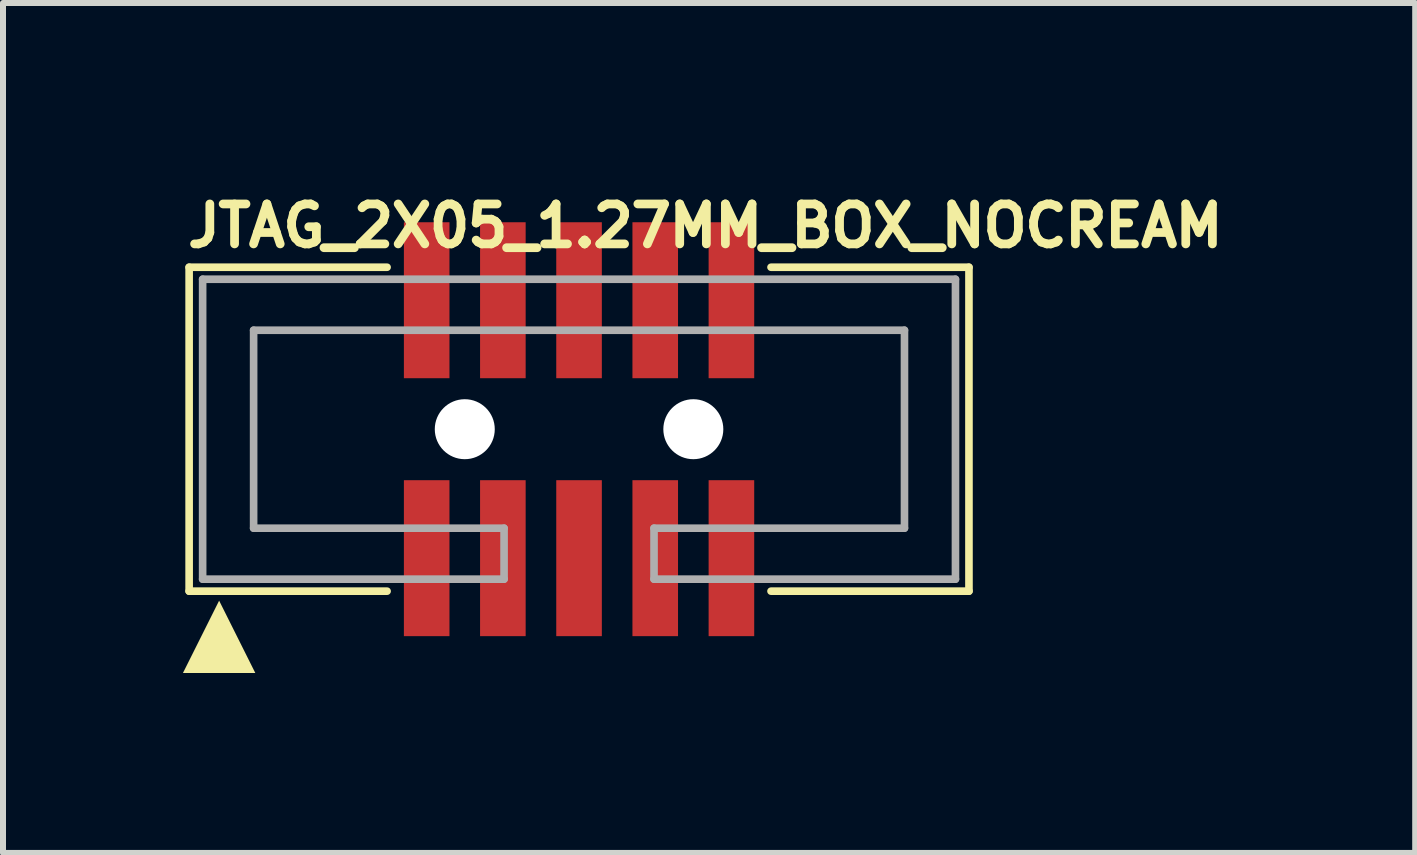
<source format=kicad_pcb>
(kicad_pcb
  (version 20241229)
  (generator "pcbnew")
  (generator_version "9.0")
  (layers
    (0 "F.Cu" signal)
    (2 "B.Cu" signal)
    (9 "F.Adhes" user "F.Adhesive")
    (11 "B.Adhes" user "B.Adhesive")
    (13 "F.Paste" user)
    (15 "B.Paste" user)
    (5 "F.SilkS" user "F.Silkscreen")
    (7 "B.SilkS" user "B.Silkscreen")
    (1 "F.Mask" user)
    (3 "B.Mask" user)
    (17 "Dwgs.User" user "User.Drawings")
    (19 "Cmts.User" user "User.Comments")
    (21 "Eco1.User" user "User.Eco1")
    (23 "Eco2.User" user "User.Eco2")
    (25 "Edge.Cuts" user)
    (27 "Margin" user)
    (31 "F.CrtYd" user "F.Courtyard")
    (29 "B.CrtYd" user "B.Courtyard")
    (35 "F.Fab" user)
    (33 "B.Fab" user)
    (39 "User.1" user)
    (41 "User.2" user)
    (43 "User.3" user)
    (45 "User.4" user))
  (footprint "JTAG_2X05_1.27MM_BOX_NOCREAM"
    (layer "F.Cu")
    (at 6.603 4.105)
    (property "Reference" "JTAG_2X05_1.27MM_BOX_NOCREAM" (at -6.6 -3 0) (layer "F.SilkS") (effects (font (size 0.666 0.666) (thickness 0.146)) (justify left bottom)))
    (fp_line (start -6.5 -2.7) (end -6.5 2.7) (stroke (width 0.127) (type solid)) (layer "F.SilkS"))
    (fp_line (start -6.5 2.7) (end -3.2 2.7) (stroke (width 0.127) (type solid)) (layer "F.SilkS"))
    (fp_line (start -3.2 -2.7) (end -6.5 -2.7) (stroke (width 0.127) (type solid)) (layer "F.SilkS"))
    (fp_line (start 3.2 -2.7) (end 6.5 -2.7) (stroke (width 0.127) (type solid)) (layer "F.SilkS"))
    (fp_line (start 6.5 -2.7) (end 6.5 2.7) (stroke (width 0.127) (type solid)) (layer "F.SilkS"))
    (fp_line (start 6.5 2.7) (end 3.2 2.7) (stroke (width 0.127) (type solid)) (layer "F.SilkS"))
    (fp_poly (pts (xy -5.397 4.064) (xy -6.603 4.064) (xy -6 2.858)) (stroke (width 0) (type solid)) (fill yes) (layer "F.SilkS"))
    (fp_line (start -6.275 -2.5) (end 6.275 -2.5) (stroke (width 0.127) (type solid)) (layer "F.Fab"))
    (fp_line (start -6.275 2.5) (end -6.275 -2.5) (stroke (width 0.127) (type solid)) (layer "F.Fab"))
    (fp_line (start -5.425 -1.65) (end 5.425 -1.65) (stroke (width 0.127) (type solid)) (layer "F.Fab"))
    (fp_line (start -5.425 1.65) (end -5.425 -1.65) (stroke (width 0.127) (type solid)) (layer "F.Fab"))
    (fp_line (start -1.25 1.65) (end -5.425 1.65) (stroke (width 0.127) (type solid)) (layer "F.Fab"))
    (fp_line (start -1.25 1.65) (end -1.25 2.5) (stroke (width 0.127) (type solid)) (layer "F.Fab"))
    (fp_line (start -1.25 2.5) (end -6.275 2.5) (stroke (width 0.127) (type solid)) (layer "F.Fab"))
    (fp_line (start 1.25 1.65) (end 1.25 2.5) (stroke (width 0.127) (type solid)) (layer "F.Fab"))
    (fp_line (start 5.425 -1.65) (end 5.425 1.65) (stroke (width 0.127) (type solid)) (layer "F.Fab"))
    (fp_line (start 5.425 1.65) (end 1.25 1.65) (stroke (width 0.127) (type solid)) (layer "F.Fab"))
    (fp_line (start 6.275 -2.5) (end 6.275 2.5) (stroke (width 0.127) (type solid)) (layer "F.Fab"))
    (fp_line (start 6.275 2.5) (end 1.25 2.5) (stroke (width 0.127) (type solid)) (layer "F.Fab"))
    (pad "" np_thru_hole circle (at -1.905 0) (size 1 1) (drill 1) (layers "*.Cu" "*.Mask"))
    (pad "" np_thru_hole circle (at 1.905 0) (size 1 1) (drill 1) (layers "*.Cu" "*.Mask"))
    (pad "1" smd rect (at -2.54 2.15) (size 0.76 2.6) (layers "F.Cu" "F.Mask"))
    (pad "2" smd rect (at -2.54 -2.15) (size 0.76 2.6) (layers "F.Cu" "F.Mask"))
    (pad "3" smd rect (at -1.27 2.15) (size 0.76 2.6) (layers "F.Cu" "F.Mask"))
    (pad "4" smd rect (at -1.27 -2.15) (size 0.76 2.6) (layers "F.Cu" "F.Mask"))
    (pad "5" smd rect (at 0 2.15) (size 0.76 2.6) (layers "F.Cu" "F.Mask"))
    (pad "6" smd rect (at 0 -2.15) (size 0.76 2.6) (layers "F.Cu" "F.Mask"))
    (pad "7" smd rect (at 1.27 2.15) (size 0.76 2.6) (layers "F.Cu" "F.Mask"))
    (pad "8" smd rect (at 1.27 -2.15) (size 0.76 2.6) (layers "F.Cu" "F.Mask"))
    (pad "9" smd rect (at 2.54 2.15) (size 0.76 2.6) (layers "F.Cu" "F.Mask"))
    (pad "10" smd rect (at 2.54 -2.15) (size 0.76 2.6) (layers "F.Cu" "F.Mask")))
  (gr_rect
    (start -3 -3)
    (end 20.542 11.169)
    (stroke (width 0.1) (type default))
    (fill no)
    (layer "Edge.Cuts")))
</source>
